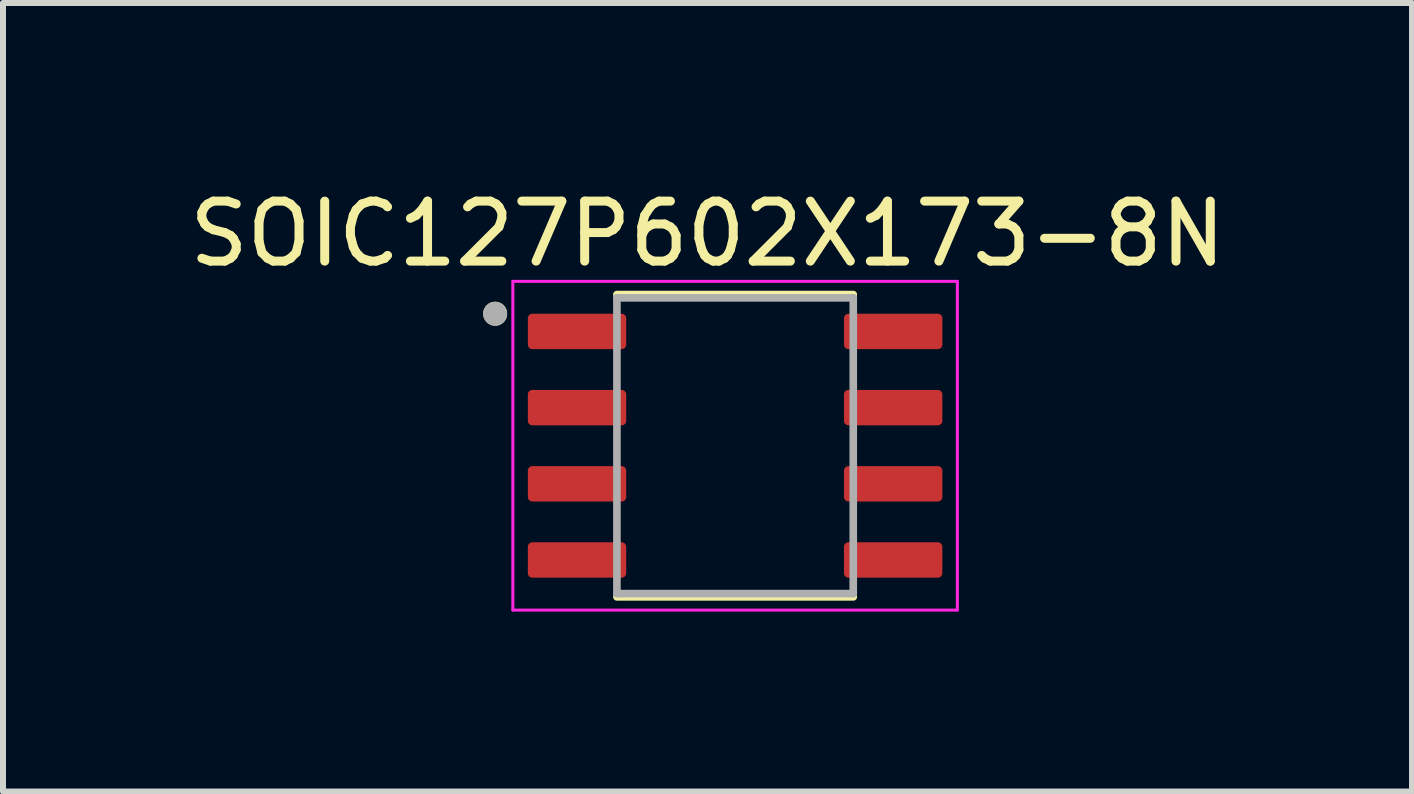
<source format=kicad_pcb>
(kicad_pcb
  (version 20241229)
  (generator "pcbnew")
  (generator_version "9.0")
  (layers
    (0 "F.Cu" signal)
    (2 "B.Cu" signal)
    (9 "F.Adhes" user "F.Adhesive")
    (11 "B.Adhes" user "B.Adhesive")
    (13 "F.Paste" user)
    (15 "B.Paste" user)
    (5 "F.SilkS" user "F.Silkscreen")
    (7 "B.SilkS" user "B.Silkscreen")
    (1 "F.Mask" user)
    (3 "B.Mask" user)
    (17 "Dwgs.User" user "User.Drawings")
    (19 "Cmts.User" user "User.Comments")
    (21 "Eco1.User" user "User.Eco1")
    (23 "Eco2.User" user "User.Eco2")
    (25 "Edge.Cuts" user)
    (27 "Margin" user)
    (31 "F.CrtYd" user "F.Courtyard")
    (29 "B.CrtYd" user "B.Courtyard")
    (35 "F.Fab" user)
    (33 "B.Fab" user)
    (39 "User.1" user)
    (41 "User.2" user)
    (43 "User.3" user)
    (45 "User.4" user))
  (footprint "SOIC127P602X173-8N"
    (layer "F.Cu")
    (at 9.204 4.38)
    (property "Reference" "SOIC127P602X173-8N" (at -0.46 -3.532 0) (layer "F.SilkS") (effects (font (size 1 1) (thickness 0.15))))
    (attr smd)
    (fp_line (start -1.97 -2.52) (end 1.97 -2.52) (stroke (width 0.127) (type solid)) (layer "F.SilkS"))
    (fp_line (start -1.97 2.52) (end 1.97 2.52) (stroke (width 0.127) (type solid)) (layer "F.SilkS"))
    (fp_circle (center -4 -2.2) (end -3.9 -2.2) (stroke (width 0.2) (type solid)) (fill no) (layer "F.SilkS"))
    (fp_line (start -3.705 -2.74) (end -3.705 2.74) (stroke (width 0.05) (type solid)) (layer "F.CrtYd"))
    (fp_line (start -3.705 -2.74) (end 3.705 -2.74) (stroke (width 0.05) (type solid)) (layer "F.CrtYd"))
    (fp_line (start -3.705 2.74) (end 3.705 2.74) (stroke (width 0.05) (type solid)) (layer "F.CrtYd"))
    (fp_line (start 3.705 -2.74) (end 3.705 2.74) (stroke (width 0.05) (type solid)) (layer "F.CrtYd"))
    (fp_line (start -1.97 -2.465) (end -1.97 2.465) (stroke (width 0.127) (type solid)) (layer "F.Fab"))
    (fp_line (start -1.97 -2.465) (end 1.97 -2.465) (stroke (width 0.127) (type solid)) (layer "F.Fab"))
    (fp_line (start -1.97 2.465) (end 1.97 2.465) (stroke (width 0.127) (type solid)) (layer "F.Fab"))
    (fp_line (start 1.97 -2.465) (end 1.97 2.465) (stroke (width 0.127) (type solid)) (layer "F.Fab"))
    (fp_circle (center -4 -2.2) (end -3.9 -2.2) (stroke (width 0.2) (type solid)) (fill no) (layer "F.Fab"))
    (pad "1" smd roundrect (at -2.635 -1.905) (size 1.64 0.59) (layers "F.Cu" "F.Mask" "F.Paste") (roundrect_rratio 0.125))
    (pad "2" smd roundrect (at -2.635 -0.635) (size 1.64 0.59) (layers "F.Cu" "F.Mask" "F.Paste") (roundrect_rratio 0.125))
    (pad "3" smd roundrect (at -2.635 0.635) (size 1.64 0.59) (layers "F.Cu" "F.Mask" "F.Paste") (roundrect_rratio 0.125))
    (pad "4" smd roundrect (at -2.635 1.905) (size 1.64 0.59) (layers "F.Cu" "F.Mask" "F.Paste") (roundrect_rratio 0.125))
    (pad "5" smd roundrect (at 2.635 1.905) (size 1.64 0.59) (layers "F.Cu" "F.Mask" "F.Paste") (roundrect_rratio 0.125))
    (pad "6" smd roundrect (at 2.635 0.635) (size 1.64 0.59) (layers "F.Cu" "F.Mask" "F.Paste") (roundrect_rratio 0.125))
    (pad "7" smd roundrect (at 2.635 -0.635) (size 1.64 0.59) (layers "F.Cu" "F.Mask" "F.Paste") (roundrect_rratio 0.125))
    (pad "8" smd roundrect (at 2.635 -1.905) (size 1.64 0.59) (layers "F.Cu" "F.Mask" "F.Paste") (roundrect_rratio 0.125)))
  (gr_rect
    (start -3 -3)
    (end 20.488 10.145)
    (stroke (width 0.1) (type default))
    (fill no)
    (layer "Edge.Cuts")))
</source>
